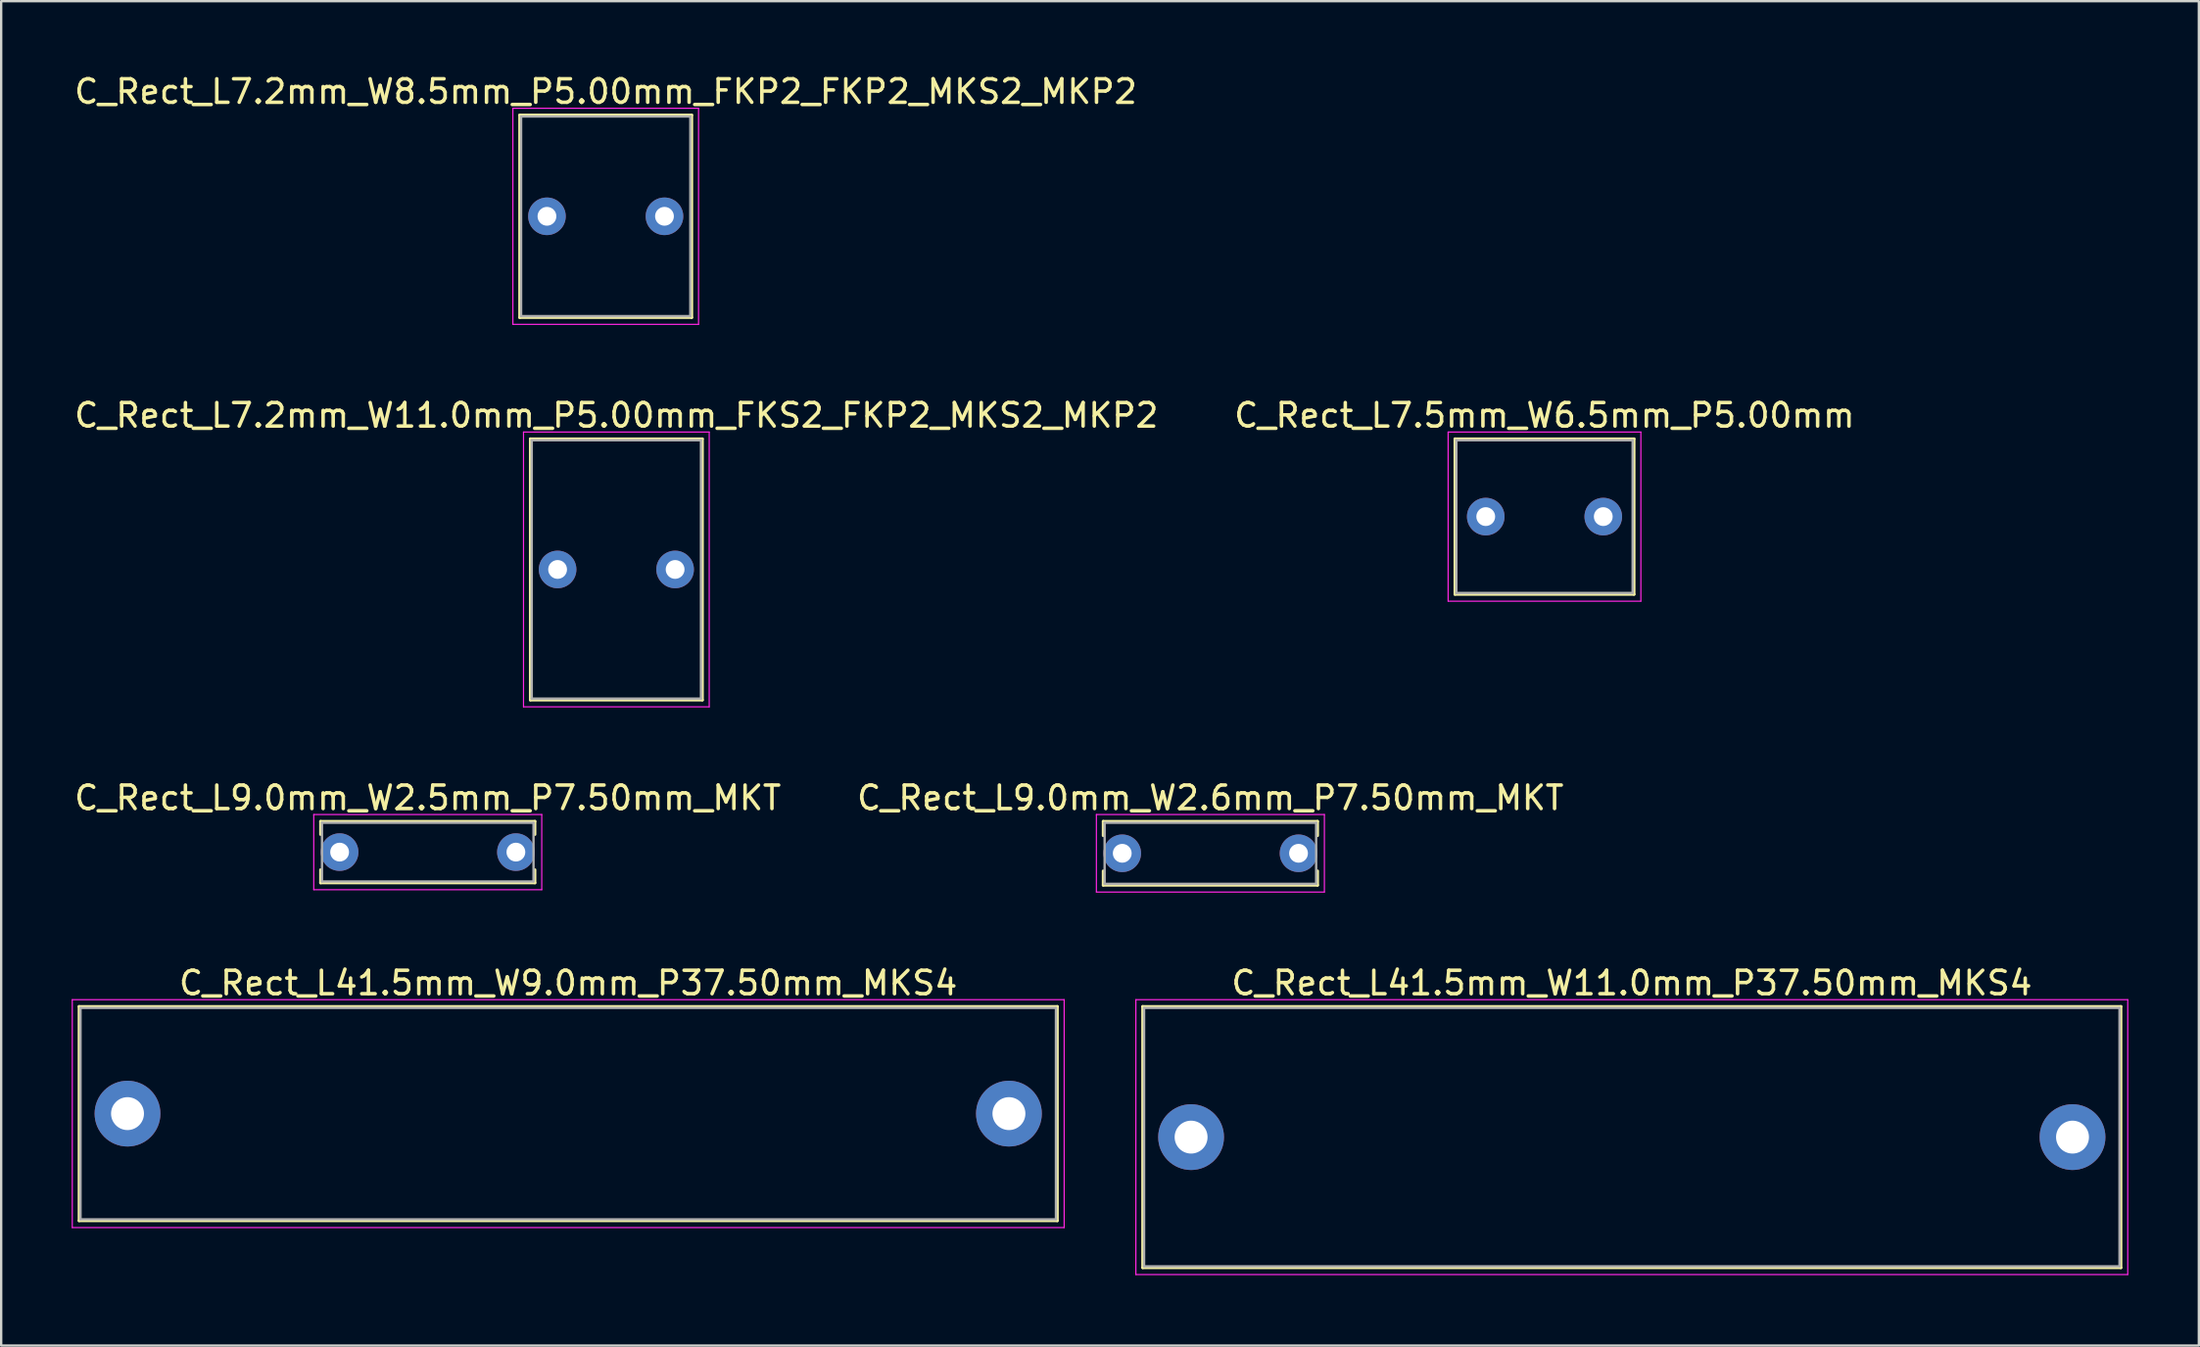
<source format=kicad_pcb>
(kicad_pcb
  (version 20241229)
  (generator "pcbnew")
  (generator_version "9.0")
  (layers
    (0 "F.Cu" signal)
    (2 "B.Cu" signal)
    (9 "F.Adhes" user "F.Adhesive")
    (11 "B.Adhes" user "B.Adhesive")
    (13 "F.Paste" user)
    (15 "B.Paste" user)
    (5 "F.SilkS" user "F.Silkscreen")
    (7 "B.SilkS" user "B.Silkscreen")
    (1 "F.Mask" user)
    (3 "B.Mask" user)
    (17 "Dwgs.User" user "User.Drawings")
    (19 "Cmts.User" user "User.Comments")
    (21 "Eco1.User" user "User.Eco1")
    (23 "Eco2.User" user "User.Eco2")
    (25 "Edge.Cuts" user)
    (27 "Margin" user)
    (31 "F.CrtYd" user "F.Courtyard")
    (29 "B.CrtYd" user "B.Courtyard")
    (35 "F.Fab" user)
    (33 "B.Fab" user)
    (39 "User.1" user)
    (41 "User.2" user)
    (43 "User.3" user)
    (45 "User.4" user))
  (footprint "C_Rect_L41.5mm_W11.0mm_P37.50mm_MKS4"
    (layer "F.Cu")
    (at 47.625 45.358)
    (property "Reference" "C_Rect_L41.5mm_W11.0mm_P37.50mm_MKS4" (at 18.75 -6.56 0) (layer "F.SilkS") (effects (font (size 1 1) (thickness 0.15))))
    (attr through_hole)
    (fp_line (start -2.06 -5.56) (end -2.06 5.56) (stroke (width 0.12) (type solid)) (layer "F.SilkS"))
    (fp_line (start -2.06 -5.56) (end 39.56 -5.56) (stroke (width 0.12) (type solid)) (layer "F.SilkS"))
    (fp_line (start -2.06 5.56) (end 39.56 5.56) (stroke (width 0.12) (type solid)) (layer "F.SilkS"))
    (fp_line (start 39.56 -5.56) (end 39.56 5.56) (stroke (width 0.12) (type solid)) (layer "F.SilkS"))
    (fp_line (start -2.35 -5.85) (end -2.35 5.85) (stroke (width 0.05) (type solid)) (layer "F.CrtYd"))
    (fp_line (start -2.35 5.85) (end 39.85 5.85) (stroke (width 0.05) (type solid)) (layer "F.CrtYd"))
    (fp_line (start 39.85 -5.85) (end -2.35 -5.85) (stroke (width 0.05) (type solid)) (layer "F.CrtYd"))
    (fp_line (start 39.85 5.85) (end 39.85 -5.85) (stroke (width 0.05) (type solid)) (layer "F.CrtYd"))
    (fp_line (start -2 -5.5) (end -2 5.5) (stroke (width 0.1) (type solid)) (layer "F.Fab"))
    (fp_line (start -2 5.5) (end 39.5 5.5) (stroke (width 0.1) (type solid)) (layer "F.Fab"))
    (fp_line (start 39.5 -5.5) (end -2 -5.5) (stroke (width 0.1) (type solid)) (layer "F.Fab"))
    (fp_line (start 39.5 5.5) (end 39.5 -5.5) (stroke (width 0.1) (type solid)) (layer "F.Fab"))
    (pad "1" thru_hole circle (at 0 0) (size 2.8 2.8) (drill 1.4) (layers "*.Cu" "*.Mask"))
    (pad "2" thru_hole circle (at 37.5 0) (size 2.8 2.8) (drill 1.4) (layers "*.Cu" "*.Mask")))
  (footprint "C_Rect_L7.2mm_W8.5mm_P5.00mm_FKP2_FKP2_MKS2_MKP2"
    (layer "F.Cu")
    (at 20.22 6.158)
    (property "Reference" "C_Rect_L7.2mm_W8.5mm_P5.00mm_FKP2_FKP2_MKS2_MKP2" (at 2.5 -5.31 0) (layer "F.SilkS") (effects (font (size 1 1) (thickness 0.15))))
    (attr through_hole)
    (fp_line (start -1.16 -4.31) (end -1.16 4.31) (stroke (width 0.12) (type solid)) (layer "F.SilkS"))
    (fp_line (start -1.16 -4.31) (end 6.16 -4.31) (stroke (width 0.12) (type solid)) (layer "F.SilkS"))
    (fp_line (start -1.16 4.31) (end 6.16 4.31) (stroke (width 0.12) (type solid)) (layer "F.SilkS"))
    (fp_line (start 6.16 -4.31) (end 6.16 4.31) (stroke (width 0.12) (type solid)) (layer "F.SilkS"))
    (fp_line (start -1.45 -4.6) (end -1.45 4.6) (stroke (width 0.05) (type solid)) (layer "F.CrtYd"))
    (fp_line (start -1.45 4.6) (end 6.45 4.6) (stroke (width 0.05) (type solid)) (layer "F.CrtYd"))
    (fp_line (start 6.45 -4.6) (end -1.45 -4.6) (stroke (width 0.05) (type solid)) (layer "F.CrtYd"))
    (fp_line (start 6.45 4.6) (end 6.45 -4.6) (stroke (width 0.05) (type solid)) (layer "F.CrtYd"))
    (fp_line (start -1.1 -4.25) (end -1.1 4.25) (stroke (width 0.1) (type solid)) (layer "F.Fab"))
    (fp_line (start -1.1 4.25) (end 6.1 4.25) (stroke (width 0.1) (type solid)) (layer "F.Fab"))
    (fp_line (start 6.1 -4.25) (end -1.1 -4.25) (stroke (width 0.1) (type solid)) (layer "F.Fab"))
    (fp_line (start 6.1 4.25) (end 6.1 -4.25) (stroke (width 0.1) (type solid)) (layer "F.Fab"))
    (pad "1" thru_hole circle (at 0 0) (size 1.6 1.6) (drill 0.8) (layers "*.Cu" "*.Mask"))
    (pad "2" thru_hole circle (at 5 0) (size 1.6 1.6) (drill 0.8) (layers "*.Cu" "*.Mask")))
  (footprint "C_Rect_L7.5mm_W6.5mm_P5.00mm"
    (layer "F.Cu")
    (at 60.161 18.942)
    (property "Reference" "C_Rect_L7.5mm_W6.5mm_P5.00mm" (at 2.5 -4.31 0) (layer "F.SilkS") (effects (font (size 1 1) (thickness 0.15))))
    (attr through_hole)
    (fp_line (start -1.31 -3.31) (end -1.31 3.31) (stroke (width 0.12) (type solid)) (layer "F.SilkS"))
    (fp_line (start -1.31 -3.31) (end 6.31 -3.31) (stroke (width 0.12) (type solid)) (layer "F.SilkS"))
    (fp_line (start -1.31 3.31) (end 6.31 3.31) (stroke (width 0.12) (type solid)) (layer "F.SilkS"))
    (fp_line (start 6.31 -3.31) (end 6.31 3.31) (stroke (width 0.12) (type solid)) (layer "F.SilkS"))
    (fp_line (start -1.6 -3.6) (end -1.6 3.6) (stroke (width 0.05) (type solid)) (layer "F.CrtYd"))
    (fp_line (start -1.6 3.6) (end 6.6 3.6) (stroke (width 0.05) (type solid)) (layer "F.CrtYd"))
    (fp_line (start 6.6 -3.6) (end -1.6 -3.6) (stroke (width 0.05) (type solid)) (layer "F.CrtYd"))
    (fp_line (start 6.6 3.6) (end 6.6 -3.6) (stroke (width 0.05) (type solid)) (layer "F.CrtYd"))
    (fp_line (start -1.25 -3.25) (end -1.25 3.25) (stroke (width 0.1) (type solid)) (layer "F.Fab"))
    (fp_line (start -1.25 3.25) (end 6.25 3.25) (stroke (width 0.1) (type solid)) (layer "F.Fab"))
    (fp_line (start 6.25 -3.25) (end -1.25 -3.25) (stroke (width 0.1) (type solid)) (layer "F.Fab"))
    (fp_line (start 6.25 3.25) (end 6.25 -3.25) (stroke (width 0.1) (type solid)) (layer "F.Fab"))
    (pad "1" thru_hole circle (at 0 0) (size 1.6 1.6) (drill 0.8) (layers "*.Cu" "*.Mask"))
    (pad "2" thru_hole circle (at 5 0) (size 1.6 1.6) (drill 0.8) (layers "*.Cu" "*.Mask")))
  (footprint "C_Rect_L41.5mm_W9.0mm_P37.50mm_MKS4"
    (layer "F.Cu")
    (at 2.375 44.358)
    (property "Reference" "C_Rect_L41.5mm_W9.0mm_P37.50mm_MKS4" (at 18.75 -5.56 0) (layer "F.SilkS") (effects (font (size 1 1) (thickness 0.15))))
    (attr through_hole)
    (fp_line (start -2.06 -4.56) (end -2.06 4.56) (stroke (width 0.12) (type solid)) (layer "F.SilkS"))
    (fp_line (start -2.06 -4.56) (end 39.56 -4.56) (stroke (width 0.12) (type solid)) (layer "F.SilkS"))
    (fp_line (start -2.06 4.56) (end 39.56 4.56) (stroke (width 0.12) (type solid)) (layer "F.SilkS"))
    (fp_line (start 39.56 -4.56) (end 39.56 4.56) (stroke (width 0.12) (type solid)) (layer "F.SilkS"))
    (fp_line (start -2.35 -4.85) (end -2.35 4.85) (stroke (width 0.05) (type solid)) (layer "F.CrtYd"))
    (fp_line (start -2.35 4.85) (end 39.85 4.85) (stroke (width 0.05) (type solid)) (layer "F.CrtYd"))
    (fp_line (start 39.85 -4.85) (end -2.35 -4.85) (stroke (width 0.05) (type solid)) (layer "F.CrtYd"))
    (fp_line (start 39.85 4.85) (end 39.85 -4.85) (stroke (width 0.05) (type solid)) (layer "F.CrtYd"))
    (fp_line (start -2 -4.5) (end -2 4.5) (stroke (width 0.1) (type solid)) (layer "F.Fab"))
    (fp_line (start -2 4.5) (end 39.5 4.5) (stroke (width 0.1) (type solid)) (layer "F.Fab"))
    (fp_line (start 39.5 -4.5) (end -2 -4.5) (stroke (width 0.1) (type solid)) (layer "F.Fab"))
    (fp_line (start 39.5 4.5) (end 39.5 -4.5) (stroke (width 0.1) (type solid)) (layer "F.Fab"))
    (pad "1" thru_hole circle (at 0 0) (size 2.8 2.8) (drill 1.4) (layers "*.Cu" "*.Mask"))
    (pad "2" thru_hole circle (at 37.5 0) (size 2.8 2.8) (drill 1.4) (layers "*.Cu" "*.Mask")))
  (footprint "C_Rect_L9.0mm_W2.6mm_P7.50mm_MKT"
    (layer "F.Cu")
    (at 44.696 33.275)
    (property "Reference" "C_Rect_L9.0mm_W2.6mm_P7.50mm_MKT" (at 3.75 -2.36 0) (layer "F.SilkS") (effects (font (size 1 1) (thickness 0.15))))
    (attr through_hole)
    (fp_line (start -0.81 -1.36) (end -0.81 -0.75) (stroke (width 0.12) (type solid)) (layer "F.SilkS"))
    (fp_line (start -0.81 -1.36) (end 8.31 -1.36) (stroke (width 0.12) (type solid)) (layer "F.SilkS"))
    (fp_line (start -0.81 0.75) (end -0.81 1.36) (stroke (width 0.12) (type solid)) (layer "F.SilkS"))
    (fp_line (start -0.81 1.36) (end 8.31 1.36) (stroke (width 0.12) (type solid)) (layer "F.SilkS"))
    (fp_line (start 8.31 -1.36) (end 8.31 -0.75) (stroke (width 0.12) (type solid)) (layer "F.SilkS"))
    (fp_line (start 8.31 0.75) (end 8.31 1.36) (stroke (width 0.12) (type solid)) (layer "F.SilkS"))
    (fp_line (start -1.1 -1.65) (end -1.1 1.65) (stroke (width 0.05) (type solid)) (layer "F.CrtYd"))
    (fp_line (start -1.1 1.65) (end 8.6 1.65) (stroke (width 0.05) (type solid)) (layer "F.CrtYd"))
    (fp_line (start 8.6 -1.65) (end -1.1 -1.65) (stroke (width 0.05) (type solid)) (layer "F.CrtYd"))
    (fp_line (start 8.6 1.65) (end 8.6 -1.65) (stroke (width 0.05) (type solid)) (layer "F.CrtYd"))
    (fp_line (start -0.75 -1.3) (end -0.75 1.3) (stroke (width 0.1) (type solid)) (layer "F.Fab"))
    (fp_line (start -0.75 1.3) (end 8.25 1.3) (stroke (width 0.1) (type solid)) (layer "F.Fab"))
    (fp_line (start 8.25 -1.3) (end -0.75 -1.3) (stroke (width 0.1) (type solid)) (layer "F.Fab"))
    (fp_line (start 8.25 1.3) (end 8.25 -1.3) (stroke (width 0.1) (type solid)) (layer "F.Fab"))
    (pad "1" thru_hole circle (at 0 0) (size 1.6 1.6) (drill 0.8) (layers "*.Cu" "*.Mask"))
    (pad "2" thru_hole circle (at 7.5 0) (size 1.6 1.6) (drill 0.8) (layers "*.Cu" "*.Mask")))
  (footprint "C_Rect_L7.2mm_W11.0mm_P5.00mm_FKS2_FKP2_MKS2_MKP2"
    (layer "F.Cu")
    (at 20.673 21.192)
    (property "Reference" "C_Rect_L7.2mm_W11.0mm_P5.00mm_FKS2_FKP2_MKS2_MKP2" (at 2.5 -6.56 0) (layer "F.SilkS") (effects (font (size 1 1) (thickness 0.15))))
    (attr through_hole)
    (fp_line (start -1.16 -5.56) (end -1.16 5.56) (stroke (width 0.12) (type solid)) (layer "F.SilkS"))
    (fp_line (start -1.16 -5.56) (end 6.16 -5.56) (stroke (width 0.12) (type solid)) (layer "F.SilkS"))
    (fp_line (start -1.16 5.56) (end 6.16 5.56) (stroke (width 0.12) (type solid)) (layer "F.SilkS"))
    (fp_line (start 6.16 -5.56) (end 6.16 5.56) (stroke (width 0.12) (type solid)) (layer "F.SilkS"))
    (fp_line (start -1.45 -5.85) (end -1.45 5.85) (stroke (width 0.05) (type solid)) (layer "F.CrtYd"))
    (fp_line (start -1.45 5.85) (end 6.45 5.85) (stroke (width 0.05) (type solid)) (layer "F.CrtYd"))
    (fp_line (start 6.45 -5.85) (end -1.45 -5.85) (stroke (width 0.05) (type solid)) (layer "F.CrtYd"))
    (fp_line (start 6.45 5.85) (end 6.45 -5.85) (stroke (width 0.05) (type solid)) (layer "F.CrtYd"))
    (fp_line (start -1.1 -5.5) (end -1.1 5.5) (stroke (width 0.1) (type solid)) (layer "F.Fab"))
    (fp_line (start -1.1 5.5) (end 6.1 5.5) (stroke (width 0.1) (type solid)) (layer "F.Fab"))
    (fp_line (start 6.1 -5.5) (end -1.1 -5.5) (stroke (width 0.1) (type solid)) (layer "F.Fab"))
    (fp_line (start 6.1 5.5) (end 6.1 -5.5) (stroke (width 0.1) (type solid)) (layer "F.Fab"))
    (pad "1" thru_hole circle (at 0 0) (size 1.6 1.6) (drill 0.8) (layers "*.Cu" "*.Mask"))
    (pad "2" thru_hole circle (at 5 0) (size 1.6 1.6) (drill 0.8) (layers "*.Cu" "*.Mask")))
  (footprint "C_Rect_L9.0mm_W2.5mm_P7.50mm_MKT"
    (layer "F.Cu")
    (at 11.399 33.225)
    (property "Reference" "C_Rect_L9.0mm_W2.5mm_P7.50mm_MKT" (at 3.75 -2.31 0) (layer "F.SilkS") (effects (font (size 1 1) (thickness 0.15))))
    (attr through_hole)
    (fp_line (start -0.81 -1.31) (end -0.81 -0.75) (stroke (width 0.12) (type solid)) (layer "F.SilkS"))
    (fp_line (start -0.81 -1.31) (end 8.31 -1.31) (stroke (width 0.12) (type solid)) (layer "F.SilkS"))
    (fp_line (start -0.81 0.75) (end -0.81 1.31) (stroke (width 0.12) (type solid)) (layer "F.SilkS"))
    (fp_line (start -0.81 1.31) (end 8.31 1.31) (stroke (width 0.12) (type solid)) (layer "F.SilkS"))
    (fp_line (start 8.31 -1.31) (end 8.31 -0.75) (stroke (width 0.12) (type solid)) (layer "F.SilkS"))
    (fp_line (start 8.31 0.75) (end 8.31 1.31) (stroke (width 0.12) (type solid)) (layer "F.SilkS"))
    (fp_line (start -1.1 -1.6) (end -1.1 1.6) (stroke (width 0.05) (type solid)) (layer "F.CrtYd"))
    (fp_line (start -1.1 1.6) (end 8.6 1.6) (stroke (width 0.05) (type solid)) (layer "F.CrtYd"))
    (fp_line (start 8.6 -1.6) (end -1.1 -1.6) (stroke (width 0.05) (type solid)) (layer "F.CrtYd"))
    (fp_line (start 8.6 1.6) (end 8.6 -1.6) (stroke (width 0.05) (type solid)) (layer "F.CrtYd"))
    (fp_line (start -0.75 -1.25) (end -0.75 1.25) (stroke (width 0.1) (type solid)) (layer "F.Fab"))
    (fp_line (start -0.75 1.25) (end 8.25 1.25) (stroke (width 0.1) (type solid)) (layer "F.Fab"))
    (fp_line (start 8.25 -1.25) (end -0.75 -1.25) (stroke (width 0.1) (type solid)) (layer "F.Fab"))
    (fp_line (start 8.25 1.25) (end 8.25 -1.25) (stroke (width 0.1) (type solid)) (layer "F.Fab"))
    (pad "1" thru_hole circle (at 0 0) (size 1.6 1.6) (drill 0.8) (layers "*.Cu" "*.Mask"))
    (pad "2" thru_hole circle (at 7.5 0) (size 1.6 1.6) (drill 0.8) (layers "*.Cu" "*.Mask")))
  (gr_rect
    (start -3 -3)
    (end 90.5 54.233)
    (stroke (width 0.1) (type default))
    (fill no)
    (layer "Edge.Cuts")))
</source>
